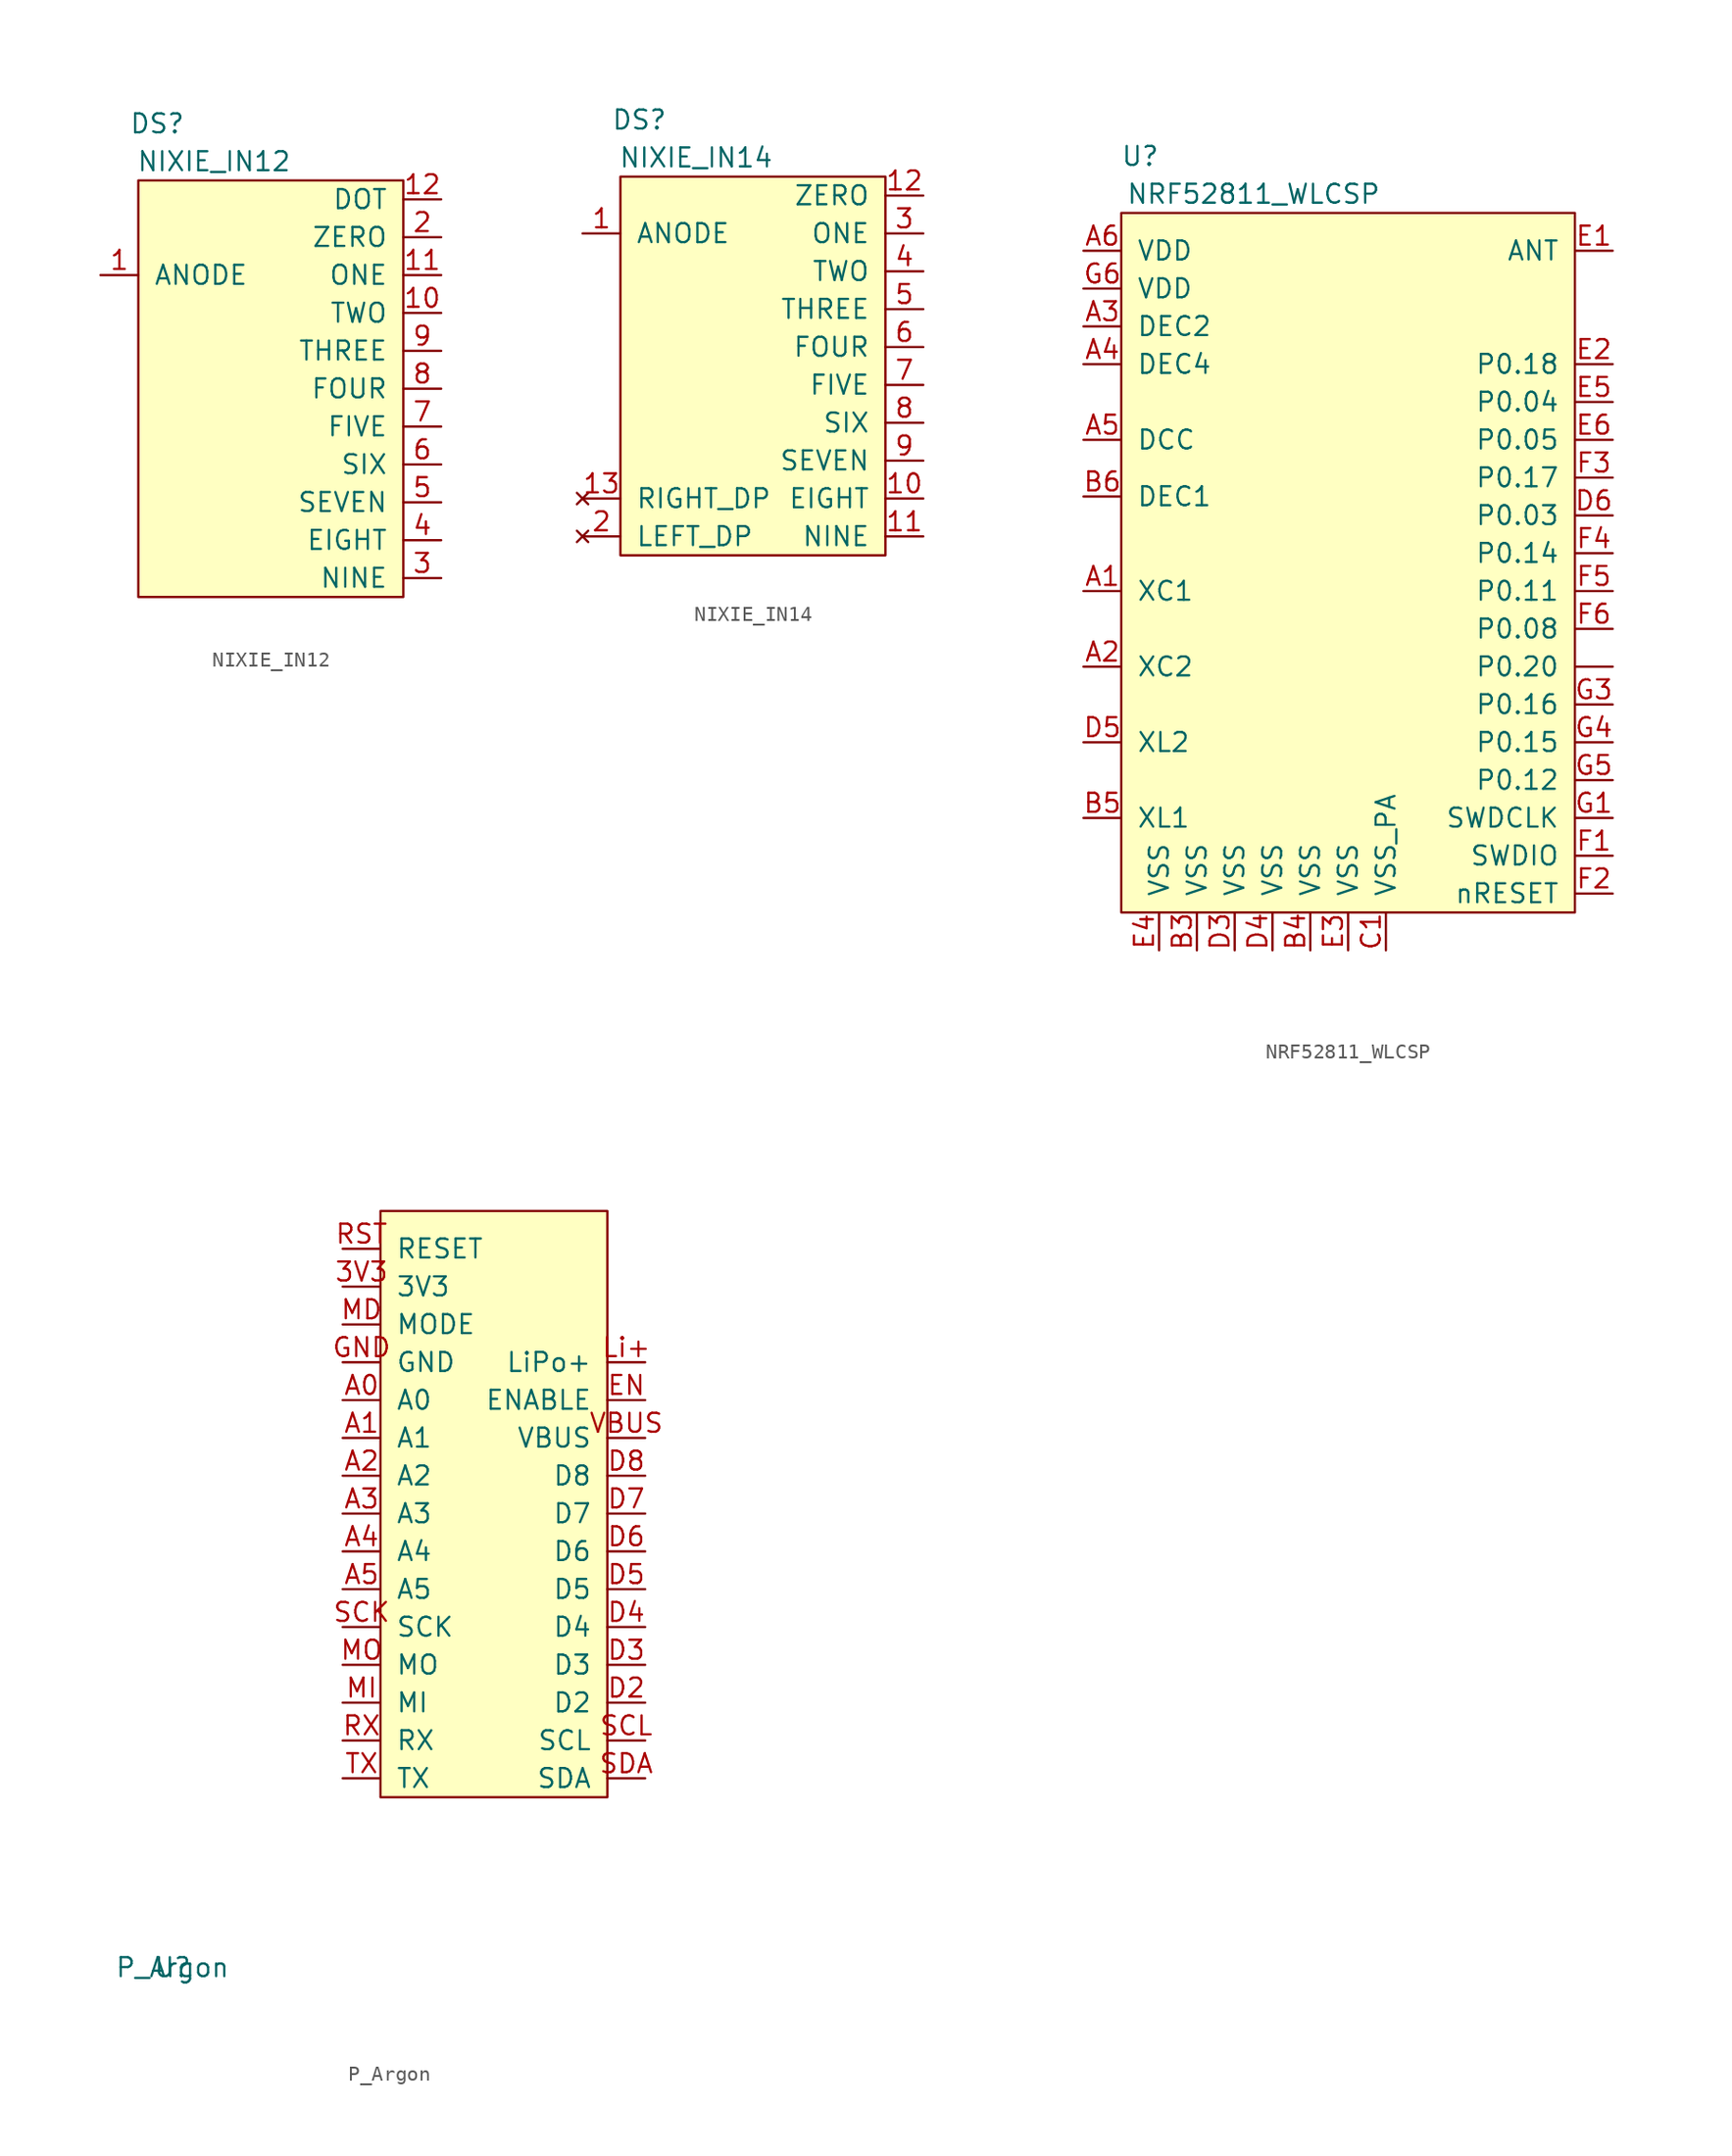
<source format=kicad_sym>
(kicad_symbol_lib
  (version 20220914)
  (generator kicad_symbol_editor)
  (symbol "NIXIE_IN12"
    (pin_names
      (offset 1.016))
    (property "Reference" "DS"
      (at 1.27 31.75 0)
      (effects (font (size 1.27 1.27))))
    (property "Value" "NIXIE_IN12"
      (at 5.08 29.21 0)
      (effects (font (size 1.27 1.27))))
    (symbol "NIXIE_IN12_0_1"
      (rectangle (start 0 0) (end 17.78 27.94) (stroke (width 0) (type solid)) (fill (type background))))
    (symbol "NIXIE_IN12_1_1"
      (pin input line (at -2.54 21.59 0) (length 2.54) (name "ANODE" (effects (font (size 1.27 1.27)))) (number "1" (effects (font (size 1.27 1.27)))))
      (pin input line (at 20.32 19.05 180) (length 2.54) (name "TWO" (effects (font (size 1.27 1.27)))) (number "10" (effects (font (size 1.27 1.27)))))
      (pin input line (at 20.32 21.59 180) (length 2.54) (name "ONE" (effects (font (size 1.27 1.27)))) (number "11" (effects (font (size 1.27 1.27)))))
      (pin input line (at 20.32 26.67 180) (length 2.54) (name "DOT" (effects (font (size 1.27 1.27)))) (number "12" (effects (font (size 1.27 1.27)))))
      (pin input line (at 20.32 24.13 180) (length 2.54) (name "ZERO" (effects (font (size 1.27 1.27)))) (number "2" (effects (font (size 1.27 1.27)))))
      (pin input line (at 20.32 1.27 180) (length 2.54) (name "NINE" (effects (font (size 1.27 1.27)))) (number "3" (effects (font (size 1.27 1.27)))))
      (pin input line (at 20.32 3.81 180) (length 2.54) (name "EIGHT" (effects (font (size 1.27 1.27)))) (number "4" (effects (font (size 1.27 1.27)))))
      (pin input line (at 20.32 6.35 180) (length 2.54) (name "SEVEN" (effects (font (size 1.27 1.27)))) (number "5" (effects (font (size 1.27 1.27)))))
      (pin input line (at 20.32 8.89 180) (length 2.54) (name "SIX" (effects (font (size 1.27 1.27)))) (number "6" (effects (font (size 1.27 1.27)))))
      (pin input line (at 20.32 11.43 180) (length 2.54) (name "FIVE" (effects (font (size 1.27 1.27)))) (number "7" (effects (font (size 1.27 1.27)))))
      (pin input line (at 20.32 13.97 180) (length 2.54) (name "FOUR" (effects (font (size 1.27 1.27)))) (number "8" (effects (font (size 1.27 1.27)))))
      (pin input line (at 20.32 16.51 180) (length 2.54) (name "THREE" (effects (font (size 1.27 1.27)))) (number "9" (effects (font (size 1.27 1.27)))))))
  (symbol "NIXIE_IN14"
    (pin_names
      (offset 1.016))
    (property "Reference" "DS"
      (at 1.27 29.21 0)
      (effects (font (size 1.27 1.27))))
    (property "Value" "NIXIE_IN14"
      (at 5.08 26.67 0)
      (effects (font (size 1.27 1.27))))
    (symbol "NIXIE_IN14_0_1"
      (rectangle (start 0 0) (end 17.78 25.4) (stroke (width 0) (type solid)) (fill (type background))))
    (symbol "NIXIE_IN14_1_1"
      (pin input line (at -2.54 21.59 0) (length 2.54) (name "ANODE" (effects (font (size 1.27 1.27)))) (number "1" (effects (font (size 1.27 1.27)))))
      (pin input line (at 20.32 3.81 180) (length 2.54) (name "EIGHT" (effects (font (size 1.27 1.27)))) (number "10" (effects (font (size 1.27 1.27)))))
      (pin input line (at 20.32 1.27 180) (length 2.54) (name "NINE" (effects (font (size 1.27 1.27)))) (number "11" (effects (font (size 1.27 1.27)))))
      (pin input line (at 20.32 24.13 180) (length 2.54) (name "ZERO" (effects (font (size 1.27 1.27)))) (number "12" (effects (font (size 1.27 1.27)))))
      (pin no_connect line (at -2.54 3.81 0) (length 2.54) (name "RIGHT_DP" (effects (font (size 1.27 1.27)))) (number "13" (effects (font (size 1.27 1.27)))))
      (pin no_connect line (at -2.54 1.27 0) (length 2.54) (name "LEFT_DP" (effects (font (size 1.27 1.27)))) (number "2" (effects (font (size 1.27 1.27)))))
      (pin input line (at 20.32 21.59 180) (length 2.54) (name "ONE" (effects (font (size 1.27 1.27)))) (number "3" (effects (font (size 1.27 1.27)))))
      (pin input line (at 20.32 19.05 180) (length 2.54) (name "TWO" (effects (font (size 1.27 1.27)))) (number "4" (effects (font (size 1.27 1.27)))))
      (pin input line (at 20.32 16.51 180) (length 2.54) (name "THREE" (effects (font (size 1.27 1.27)))) (number "5" (effects (font (size 1.27 1.27)))))
      (pin input line (at 20.32 13.97 180) (length 2.54) (name "FOUR" (effects (font (size 1.27 1.27)))) (number "6" (effects (font (size 1.27 1.27)))))
      (pin input line (at 20.32 11.43 180) (length 2.54) (name "FIVE" (effects (font (size 1.27 1.27)))) (number "7" (effects (font (size 1.27 1.27)))))
      (pin input line (at 20.32 8.89 180) (length 2.54) (name "SIX" (effects (font (size 1.27 1.27)))) (number "8" (effects (font (size 1.27 1.27)))))
      (pin input line (at 20.32 6.35 180) (length 2.54) (name "SEVEN" (effects (font (size 1.27 1.27)))) (number "9" (effects (font (size 1.27 1.27)))))))
  (symbol "NRF52811_WLCSP"
    (pin_names
      (offset 1.016))
    (property "Reference" "U"
      (at 1.27 50.8 0)
      (effects (font (size 1.27 1.27))))
    (property "Value" "NRF52811_WLCSP"
      (at 8.89 48.26 0)
      (effects (font (size 1.27 1.27))))
    (symbol "NRF52811_WLCSP_0_1"
      (rectangle (start 0 0) (end 30.48 46.99) (stroke (width 0) (type solid)) (fill (type background))))
    (symbol "NRF52811_WLCSP_1_1"
      (pin input line (at -2.54 21.59 0) (length 2.54) (name "XC1" (effects (font (size 1.27 1.27)))) (number "A1" (effects (font (size 1.27 1.27)))))
      (pin input line (at -2.54 16.51 0) (length 2.54) (name "XC2" (effects (font (size 1.27 1.27)))) (number "A2" (effects (font (size 1.27 1.27)))))
      (pin input line (at -2.54 39.37 0) (length 2.54) (name "DEC2" (effects (font (size 1.27 1.27)))) (number "A3" (effects (font (size 1.27 1.27)))))
      (pin input line (at -2.54 36.83 0) (length 2.54) (name "DEC4" (effects (font (size 1.27 1.27)))) (number "A4" (effects (font (size 1.27 1.27)))))
      (pin input line (at -2.54 31.75 0) (length 2.54) (name "DCC" (effects (font (size 1.27 1.27)))) (number "A5" (effects (font (size 1.27 1.27)))))
      (pin input line (at -2.54 44.45 0) (length 2.54) (name "VDD" (effects (font (size 1.27 1.27)))) (number "A6" (effects (font (size 1.27 1.27)))))
      (pin input line (at 5.08 -2.54 90) (length 2.54) (name "VSS" (effects (font (size 1.27 1.27)))) (number "B3" (effects (font (size 1.27 1.27)))))
      (pin input line (at 12.7 -2.54 90) (length 2.54) (name "VSS" (effects (font (size 1.27 1.27)))) (number "B4" (effects (font (size 1.27 1.27)))))
      (pin input line (at -2.54 6.35 0) (length 2.54) (name "XL1" (effects (font (size 1.27 1.27)))) (number "B5" (effects (font (size 1.27 1.27)))))
      (pin input line (at -2.54 27.94 0) (length 2.54) (name "DEC1" (effects (font (size 1.27 1.27)))) (number "B6" (effects (font (size 1.27 1.27)))))
      (pin input line (at 17.78 -2.54 90) (length 2.54) (name "VSS_PA" (effects (font (size 1.27 1.27)))) (number "C1" (effects (font (size 1.27 1.27)))))
      (pin input line (at 7.62 -2.54 90) (length 2.54) (name "VSS" (effects (font (size 1.27 1.27)))) (number "D3" (effects (font (size 1.27 1.27)))))
      (pin input line (at 10.16 -2.54 90) (length 2.54) (name "VSS" (effects (font (size 1.27 1.27)))) (number "D4" (effects (font (size 1.27 1.27)))))
      (pin input line (at -2.54 11.43 0) (length 2.54) (name "XL2" (effects (font (size 1.27 1.27)))) (number "D5" (effects (font (size 1.27 1.27)))))
      (pin input line (at 33.02 26.67 180) (length 2.54) (name "P0.03" (effects (font (size 1.27 1.27)))) (number "D6" (effects (font (size 1.27 1.27)))))
      (pin input line (at 33.02 44.45 180) (length 2.54) (name "ANT" (effects (font (size 1.27 1.27)))) (number "E1" (effects (font (size 1.27 1.27)))))
      (pin input line (at 33.02 36.83 180) (length 2.54) (name "P0.18" (effects (font (size 1.27 1.27)))) (number "E2" (effects (font (size 1.27 1.27)))))
      (pin input line (at 15.24 -2.54 90) (length 2.54) (name "VSS" (effects (font (size 1.27 1.27)))) (number "E3" (effects (font (size 1.27 1.27)))))
      (pin input line (at 2.54 -2.54 90) (length 2.54) (name "VSS" (effects (font (size 1.27 1.27)))) (number "E4" (effects (font (size 1.27 1.27)))))
      (pin input line (at 33.02 34.29 180) (length 2.54) (name "P0.04" (effects (font (size 1.27 1.27)))) (number "E5" (effects (font (size 1.27 1.27)))))
      (pin input line (at 33.02 31.75 180) (length 2.54) (name "P0.05" (effects (font (size 1.27 1.27)))) (number "E6" (effects (font (size 1.27 1.27)))))
      (pin input line (at 33.02 3.81 180) (length 2.54) (name "SWDIO" (effects (font (size 1.27 1.27)))) (number "F1" (effects (font (size 1.27 1.27)))))
      (pin input line (at 33.02 1.27 180) (length 2.54) (name "nRESET" (effects (font (size 1.27 1.27)))) (number "F2" (effects (font (size 1.27 1.27)))))
      (pin input line (at 33.02 29.21 180) (length 2.54) (name "P0.17" (effects (font (size 1.27 1.27)))) (number "F3" (effects (font (size 1.27 1.27)))))
      (pin input line (at 33.02 24.13 180) (length 2.54) (name "P0.14" (effects (font (size 1.27 1.27)))) (number "F4" (effects (font (size 1.27 1.27)))))
      (pin input line (at 33.02 21.59 180) (length 2.54) (name "P0.11" (effects (font (size 1.27 1.27)))) (number "F5" (effects (font (size 1.27 1.27)))))
      (pin input line (at 33.02 19.05 180) (length 2.54) (name "P0.08" (effects (font (size 1.27 1.27)))) (number "F6" (effects (font (size 1.27 1.27)))))
      (pin input line (at 33.02 6.35 180) (length 2.54) (name "SWDCLK" (effects (font (size 1.27 1.27)))) (number "G1" (effects (font (size 1.27 1.27)))))
      (pin input line (at 33.02 13.97 180) (length 2.54) (name "P0.16" (effects (font (size 1.27 1.27)))) (number "G3" (effects (font (size 1.27 1.27)))))
      (pin input line (at 33.02 11.43 180) (length 2.54) (name "P0.15" (effects (font (size 1.27 1.27)))) (number "G4" (effects (font (size 1.27 1.27)))))
      (pin input line (at 33.02 8.89 180) (length 2.54) (name "P0.12" (effects (font (size 1.27 1.27)))) (number "G5" (effects (font (size 1.27 1.27)))))
      (pin input line (at -2.54 41.91 0) (length 2.54) (name "VDD" (effects (font (size 1.27 1.27)))) (number "G6" (effects (font (size 1.27 1.27)))))
      (pin input line (at 33.02 16.51 180) (length 2.54) (name "P0.20" (effects (font (size 1.27 1.27)))) (number "~" (effects (font (size 1.27 1.27)))))))
  (symbol "P_Argon"
    (pin_names
      (offset 1.016))
    (property "Reference" "U"
      (at -13.97 -11.43 0)
      (effects (font (size 1.27 1.27))))
    (property "Value" "P_Argon"
      (at -13.97 -11.43 0)
      (effects (font (size 1.27 1.27))))
    (symbol "P_Argon_0_1"
      (rectangle (start 0 0) (end 15.24 39.37) (stroke (width 0) (type solid)) (fill (type background))))
    (symbol "P_Argon_1_1"
      (pin input line (at -2.54 34.29 0) (length 2.54) (name "3V3" (effects (font (size 1.27 1.27)))) (number "3V3" (effects (font (size 1.27 1.27)))))
      (pin input line (at -2.54 26.67 0) (length 2.54) (name "A0" (effects (font (size 1.27 1.27)))) (number "A0" (effects (font (size 1.27 1.27)))))
      (pin input line (at -2.54 24.13 0) (length 2.54) (name "A1" (effects (font (size 1.27 1.27)))) (number "A1" (effects (font (size 1.27 1.27)))))
      (pin input line (at -2.54 21.59 0) (length 2.54) (name "A2" (effects (font (size 1.27 1.27)))) (number "A2" (effects (font (size 1.27 1.27)))))
      (pin input line (at -2.54 19.05 0) (length 2.54) (name "A3" (effects (font (size 1.27 1.27)))) (number "A3" (effects (font (size 1.27 1.27)))))
      (pin input line (at -2.54 16.51 0) (length 2.54) (name "A4" (effects (font (size 1.27 1.27)))) (number "A4" (effects (font (size 1.27 1.27)))))
      (pin input line (at -2.54 13.97 0) (length 2.54) (name "A5" (effects (font (size 1.27 1.27)))) (number "A5" (effects (font (size 1.27 1.27)))))
      (pin input line (at 17.78 6.35 180) (length 2.54) (name "D2" (effects (font (size 1.27 1.27)))) (number "D2" (effects (font (size 1.27 1.27)))))
      (pin input line (at 17.78 8.89 180) (length 2.54) (name "D3" (effects (font (size 1.27 1.27)))) (number "D3" (effects (font (size 1.27 1.27)))))
      (pin input line (at 17.78 11.43 180) (length 2.54) (name "D4" (effects (font (size 1.27 1.27)))) (number "D4" (effects (font (size 1.27 1.27)))))
      (pin input line (at 17.78 13.97 180) (length 2.54) (name "D5" (effects (font (size 1.27 1.27)))) (number "D5" (effects (font (size 1.27 1.27)))))
      (pin input line (at 17.78 16.51 180) (length 2.54) (name "D6" (effects (font (size 1.27 1.27)))) (number "D6" (effects (font (size 1.27 1.27)))))
      (pin input line (at 17.78 19.05 180) (length 2.54) (name "D7" (effects (font (size 1.27 1.27)))) (number "D7" (effects (font (size 1.27 1.27)))))
      (pin input line (at 17.78 21.59 180) (length 2.54) (name "D8" (effects (font (size 1.27 1.27)))) (number "D8" (effects (font (size 1.27 1.27)))))
      (pin input line (at 17.78 26.67 180) (length 2.54) (name "ENABLE" (effects (font (size 1.27 1.27)))) (number "EN" (effects (font (size 1.27 1.27)))))
      (pin input line (at -2.54 29.21 0) (length 2.54) (name "GND" (effects (font (size 1.27 1.27)))) (number "GND" (effects (font (size 1.27 1.27)))))
      (pin input line (at 17.78 29.21 180) (length 2.54) (name "LiPo+" (effects (font (size 1.27 1.27)))) (number "Li+" (effects (font (size 1.27 1.27)))))
      (pin input line (at -2.54 31.75 0) (length 2.54) (name "MODE" (effects (font (size 1.27 1.27)))) (number "MD" (effects (font (size 1.27 1.27)))))
      (pin input line (at -2.54 6.35 0) (length 2.54) (name "MI" (effects (font (size 1.27 1.27)))) (number "MI" (effects (font (size 1.27 1.27)))))
      (pin input line (at -2.54 8.89 0) (length 2.54) (name "MO" (effects (font (size 1.27 1.27)))) (number "MO" (effects (font (size 1.27 1.27)))))
      (pin input line (at -2.54 36.83 0) (length 2.54) (name "RESET" (effects (font (size 1.27 1.27)))) (number "RST" (effects (font (size 1.27 1.27)))))
      (pin input line (at -2.54 3.81 0) (length 2.54) (name "RX" (effects (font (size 1.27 1.27)))) (number "RX" (effects (font (size 1.27 1.27)))))
      (pin input line (at -2.54 11.43 0) (length 2.54) (name "SCK" (effects (font (size 1.27 1.27)))) (number "SCK" (effects (font (size 1.27 1.27)))))
      (pin input line (at 17.78 3.81 180) (length 2.54) (name "SCL" (effects (font (size 1.27 1.27)))) (number "SCL" (effects (font (size 1.27 1.27)))))
      (pin input line (at 17.78 1.27 180) (length 2.54) (name "SDA" (effects (font (size 1.27 1.27)))) (number "SDA" (effects (font (size 1.27 1.27)))))
      (pin input line (at -2.54 1.27 0) (length 2.54) (name "TX" (effects (font (size 1.27 1.27)))) (number "TX" (effects (font (size 1.27 1.27)))))
      (pin input line (at 17.78 24.13 180) (length 2.54) (name "VBUS" (effects (font (size 1.27 1.27)))) (number "VBUS" (effects (font (size 1.27 1.27))))))))
</source>
